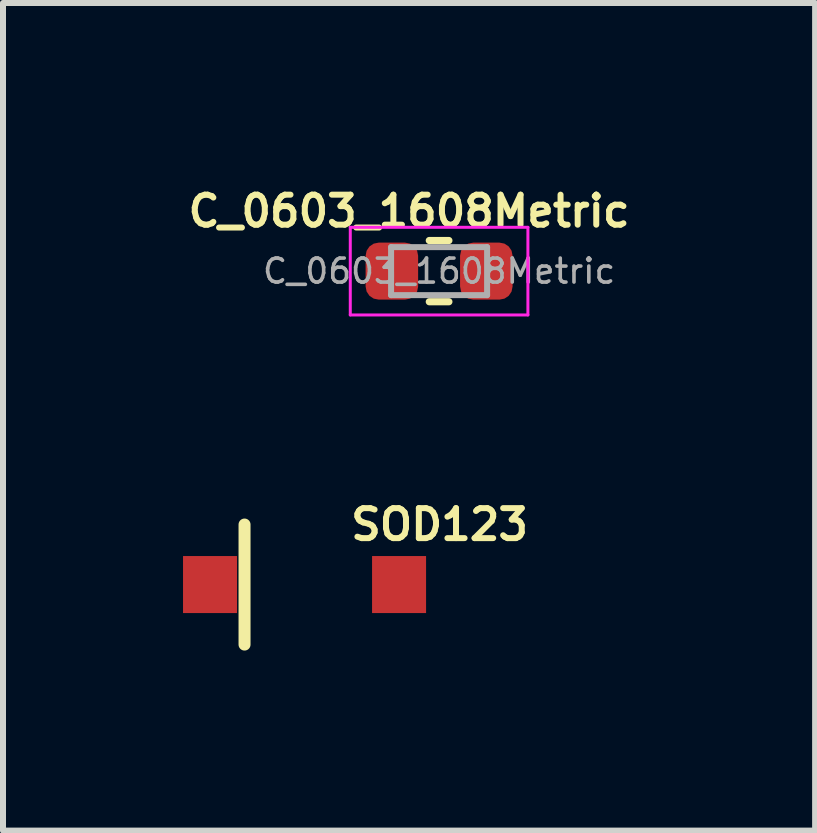
<source format=kicad_pcb>
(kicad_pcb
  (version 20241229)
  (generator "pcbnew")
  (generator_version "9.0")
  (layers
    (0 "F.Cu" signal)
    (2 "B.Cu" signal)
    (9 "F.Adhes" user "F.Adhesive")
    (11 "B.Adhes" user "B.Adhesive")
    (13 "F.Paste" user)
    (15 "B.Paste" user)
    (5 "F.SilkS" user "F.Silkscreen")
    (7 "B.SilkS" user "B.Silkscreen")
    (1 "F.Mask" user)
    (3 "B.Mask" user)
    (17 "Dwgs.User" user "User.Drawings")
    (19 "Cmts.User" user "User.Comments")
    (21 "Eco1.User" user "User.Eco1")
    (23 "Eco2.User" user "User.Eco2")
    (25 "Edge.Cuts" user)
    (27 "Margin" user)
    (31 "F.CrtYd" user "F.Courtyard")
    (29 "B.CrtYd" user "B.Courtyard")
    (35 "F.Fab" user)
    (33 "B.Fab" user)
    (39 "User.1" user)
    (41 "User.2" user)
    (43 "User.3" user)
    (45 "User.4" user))
  (footprint "SOD123"
    (layer "F.Cu")
    (at 2.025 6.691)
    (property "Reference" "SOD123" (at 2.25 -1 0) (layer "F.SilkS") (effects (font (size 0.5 0.5) (thickness 0.1))))
    (attr through_hole)
    (fp_line (start -1 -1) (end -1 1) (stroke (width 0.2) (type solid)) (layer "F.SilkS"))
    (pad "1" smd rect (at -1.575 0) (size 0.9 0.95) (layers "F.Cu" "F.Mask" "F.Paste"))
    (pad "2" smd rect (at 1.575 0) (size 0.9 0.95) (layers "F.Cu" "F.Mask" "F.Paste")))
  (footprint "C_0603_1608Metric"
    (layer "F.Cu")
    (at 4.267 1.468)
    (property "Reference" "C_0603_1608Metric" (at -0.5 -1 0) (layer "F.SilkS") (effects (font (size 0.5 0.5) (thickness 0.1))))
    (attr smd)
    (fp_line (start -0.163 -0.51) (end 0.163 -0.51) (stroke (width 0.12) (type solid)) (layer "F.SilkS"))
    (fp_line (start -0.163 0.51) (end 0.163 0.51) (stroke (width 0.12) (type solid)) (layer "F.SilkS"))
    (fp_line (start -1.48 -0.73) (end 1.48 -0.73) (stroke (width 0.05) (type solid)) (layer "F.CrtYd"))
    (fp_line (start -1.48 0.73) (end -1.48 -0.73) (stroke (width 0.05) (type solid)) (layer "F.CrtYd"))
    (fp_line (start 1.48 -0.73) (end 1.48 0.73) (stroke (width 0.05) (type solid)) (layer "F.CrtYd"))
    (fp_line (start 1.48 0.73) (end -1.48 0.73) (stroke (width 0.05) (type solid)) (layer "F.CrtYd"))
    (fp_line (start -0.8 -0.4) (end 0.8 -0.4) (stroke (width 0.1) (type solid)) (layer "F.Fab"))
    (fp_line (start -0.8 0.4) (end -0.8 -0.4) (stroke (width 0.1) (type solid)) (layer "F.Fab"))
    (fp_line (start 0.8 -0.4) (end 0.8 0.4) (stroke (width 0.1) (type solid)) (layer "F.Fab"))
    (fp_line (start 0.8 0.4) (end -0.8 0.4) (stroke (width 0.1) (type solid)) (layer "F.Fab"))
    (fp_text user "${REFERENCE}" (at 0 0 0) (layer "F.Fab") (effects (font (size 0.4 0.4) (thickness 0.06))))
    (pad "1" smd roundrect (at -0.787 0) (size 0.875 0.95) (layers "F.Cu" "F.Mask" "F.Paste") (roundrect_rratio 0.25))
    (pad "2" smd roundrect (at 0.787 0) (size 0.875 0.95) (layers "F.Cu" "F.Mask" "F.Paste") (roundrect_rratio 0.25)))
  (gr_rect
    (start -3 -3)
    (end 10.533 10.791)
    (stroke (width 0.1) (type default))
    (fill no)
    (layer "Edge.Cuts")))
</source>
